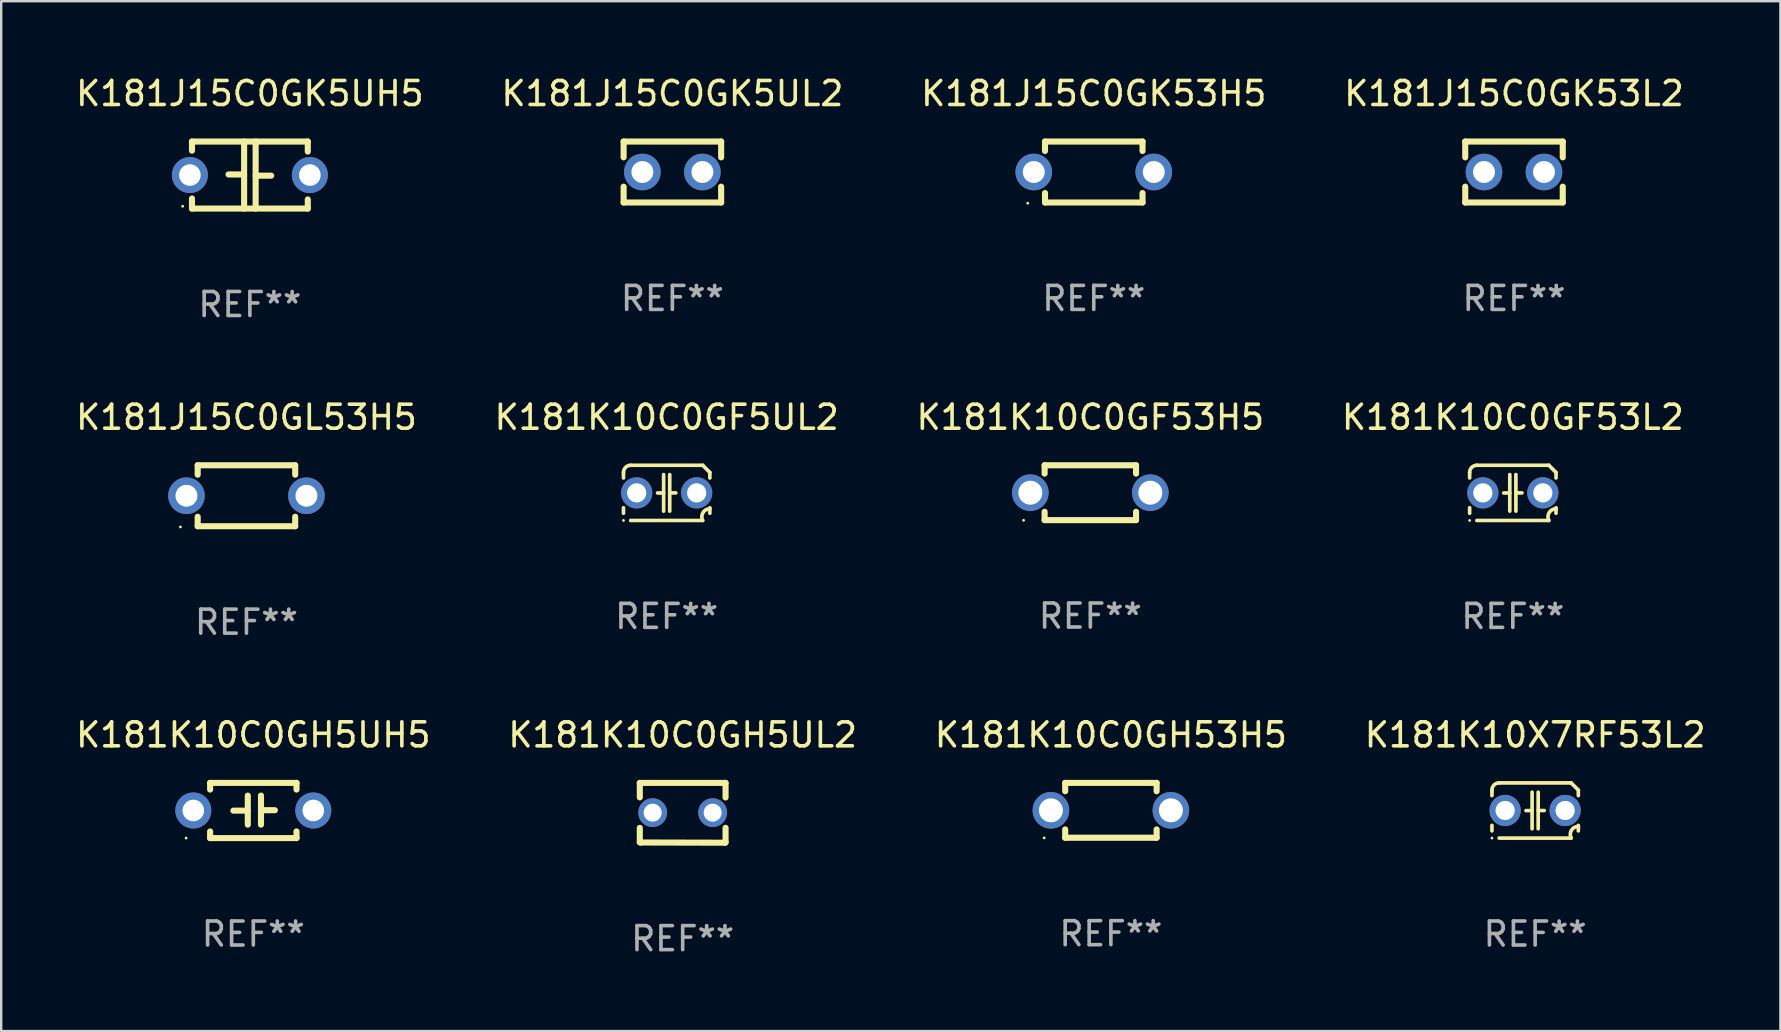
<source format=kicad_pcb>
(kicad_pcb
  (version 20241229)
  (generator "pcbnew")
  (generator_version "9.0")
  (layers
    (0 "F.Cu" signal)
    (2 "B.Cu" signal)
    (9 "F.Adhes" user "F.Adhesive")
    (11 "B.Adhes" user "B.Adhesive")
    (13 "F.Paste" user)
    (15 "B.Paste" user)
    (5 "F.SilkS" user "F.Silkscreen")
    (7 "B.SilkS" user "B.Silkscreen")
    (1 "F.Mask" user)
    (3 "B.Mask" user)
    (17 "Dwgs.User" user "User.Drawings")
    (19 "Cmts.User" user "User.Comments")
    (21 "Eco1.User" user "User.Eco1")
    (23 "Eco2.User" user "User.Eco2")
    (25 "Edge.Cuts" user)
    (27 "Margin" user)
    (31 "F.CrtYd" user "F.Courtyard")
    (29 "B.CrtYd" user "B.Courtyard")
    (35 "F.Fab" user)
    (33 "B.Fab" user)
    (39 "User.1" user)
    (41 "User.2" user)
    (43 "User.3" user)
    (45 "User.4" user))
  (footprint "K181K10C0GH5UL2"
    (layer "F.Cu")
    (at 25.399 30.822)
    (property "Reference" "K181K10C0GH5UL2" (at 0 -3.246 0) (layer "F.SilkS") (effects (font (size 1 1) (thickness 0.15))))
    (attr through_hole)
    (fp_line (start -1.787 -1.246) (end -1.787 -0.642) (stroke (width 0.254) (type solid)) (layer "F.SilkS"))
    (fp_line (start -1.787 0.627) (end -1.787 1.228) (stroke (width 0.254) (type solid)) (layer "F.SilkS"))
    (fp_line (start -1.787 1.228) (end -1.75 1.237) (stroke (width 0.254) (type solid)) (layer "F.SilkS"))
    (fp_line (start -1.75 1.237) (end 1.759 1.246) (stroke (width 0.254) (type solid)) (layer "F.SilkS"))
    (fp_line (start 1.759 1.246) (end 1.787 1.218) (stroke (width 0.254) (type solid)) (layer "F.SilkS"))
    (fp_line (start 1.787 -1.246) (end -1.787 -1.246) (stroke (width 0.254) (type solid)) (layer "F.SilkS"))
    (fp_line (start 1.787 -0.639) (end 1.787 -1.246) (stroke (width 0.254) (type solid)) (layer "F.SilkS"))
    (fp_line (start 1.787 1.237) (end 1.787 0.625) (stroke (width 0.254) (type solid)) (layer "F.SilkS"))
    (fp_circle (center -1.801 1.243) (end -1.771 1.243) (stroke (width 0.06) (type solid)) (fill no) (layer "F.SilkS"))
    (fp_text user "REF**" (at 0 5.246 0) (layer "F.Fab") (effects (font (size 1 1) (thickness 0.15))))
    (pad "1" thru_hole circle (at -1.251 -0.007) (size 1.2 1.2) (drill 0.75) (layers "*.Cu" "*.Mask"))
    (pad "2" thru_hole circle (at 1.249 -0.007) (size 1.2 1.2) (drill 0.75) (layers "*.Cu" "*.Mask")))
  (footprint "K181J15C0GL53H5"
    (layer "F.Cu")
    (at 7.22 17.609)
    (property "Reference" "K181J15C0GL53H5" (at 0 -3.27 0) (layer "F.SilkS") (effects (font (size 1 1) (thickness 0.15))))
    (attr through_hole)
    (fp_line (start -2.032 -1.27) (end -2.032 -0.876) (stroke (width 0.254) (type solid)) (layer "F.SilkS"))
    (fp_line (start -2.032 0.876) (end -2.032 1.27) (stroke (width 0.254) (type solid)) (layer "F.SilkS"))
    (fp_line (start -2.032 1.27) (end 2.032 1.27) (stroke (width 0.254) (type solid)) (layer "F.SilkS"))
    (fp_line (start 2.032 -1.27) (end -2.032 -1.27) (stroke (width 0.254) (type solid)) (layer "F.SilkS"))
    (fp_line (start 2.032 -0.876) (end 2.032 -1.27) (stroke (width 0.254) (type solid)) (layer "F.SilkS"))
    (fp_line (start 2.032 1.27) (end 2.032 0.876) (stroke (width 0.254) (type solid)) (layer "F.SilkS"))
    (fp_circle (center -2.751 1.3) (end -2.721 1.3) (stroke (width 0.06) (type solid)) (fill no) (layer "F.SilkS"))
    (fp_text user "REF**" (at 0 5.27 0) (layer "F.Fab") (effects (font (size 1 1) (thickness 0.15))))
    (pad "1" thru_hole circle (at -2.5 0) (size 1.524 1.524) (drill 0.914) (layers "*.Cu" "*.Mask"))
    (pad "2" thru_hole circle (at 2.5 0) (size 1.524 1.524) (drill 0.914) (layers "*.Cu" "*.Mask")))
  (footprint "K181J15C0GK5UH5"
    (layer "F.Cu")
    (at 7.363 4.245)
    (property "Reference" "K181J15C0GK5UH5" (at 0 -3.397 0) (layer "F.SilkS") (effects (font (size 1 1) (thickness 0.15))))
    (attr through_hole)
    (fp_line (start -2.413 -1.397) (end 2.413 -1.397) (stroke (width 0.254) (type solid)) (layer "F.SilkS"))
    (fp_line (start -2.413 -1.016) (end -2.413 -1.397) (stroke (width 0.254) (type solid)) (layer "F.SilkS"))
    (fp_line (start -2.413 0.977) (end -2.413 1.397) (stroke (width 0.254) (type solid)) (layer "F.SilkS"))
    (fp_line (start -0.24 -0.025) (end -0.889 -0.025) (stroke (width 0.254) (type solid)) (layer "F.SilkS"))
    (fp_line (start -0.24 1.397) (end -0.24 -1.397) (stroke (width 0.254) (type solid)) (layer "F.SilkS"))
    (fp_line (start 0.24 -1.397) (end 0.24 1.397) (stroke (width 0.254) (type solid)) (layer "F.SilkS"))
    (fp_line (start 0.24 0.025) (end 0.889 0.025) (stroke (width 0.254) (type solid)) (layer "F.SilkS"))
    (fp_line (start 2.413 -0.977) (end 2.413 -1.397) (stroke (width 0.254) (type solid)) (layer "F.SilkS"))
    (fp_line (start 2.413 1.016) (end 2.413 1.397) (stroke (width 0.254) (type solid)) (layer "F.SilkS"))
    (fp_line (start 2.413 1.397) (end -2.413 1.397) (stroke (width 0.254) (type solid)) (layer "F.SilkS"))
    (fp_circle (center -2.8 1.3) (end -2.77 1.3) (stroke (width 0.06) (type solid)) (fill no) (layer "F.SilkS"))
    (fp_text user "REF**" (at 0 5.397 0) (layer "F.Fab") (effects (font (size 1 1) (thickness 0.15))))
    (pad "1" thru_hole circle (at -2.5 0) (size 1.5 1.5) (drill 0.9) (layers "*.Cu" "*.Mask"))
    (pad "2" thru_hole circle (at 2.5 0) (size 1.5 1.5) (drill 0.9) (layers "*.Cu" "*.Mask")))
  (footprint "K181K10C0GF5UL2"
    (layer "F.Cu")
    (at 24.732 17.489)
    (property "Reference" "K181K10C0GF5UL2" (at 0 -3.15 0) (layer "F.SilkS") (effects (font (size 1 1) (thickness 0.15))))
    (attr through_hole)
    (fp_line (start -1.8 -0.621) (end -1.8 -0.85) (stroke (width 0.152) (type solid)) (layer "F.SilkS"))
    (fp_line (start -1.8 0.85) (end -1.8 0.621) (stroke (width 0.152) (type solid)) (layer "F.SilkS"))
    (fp_line (start -1.5 -1.15) (end 1.5 -1.15) (stroke (width 0.152) (type solid)) (layer "F.SilkS"))
    (fp_line (start -0.127 -0.762) (end -0.127 0.762) (stroke (width 0.152) (type solid)) (layer "F.SilkS"))
    (fp_line (start -0.127 0.005) (end -0.381 0.005) (stroke (width 0.152) (type solid)) (layer "F.SilkS"))
    (fp_line (start 0.127 -0.762) (end 0.127 0.762) (stroke (width 0.152) (type solid)) (layer "F.SilkS"))
    (fp_line (start 0.127 0.002) (end 0.381 0.002) (stroke (width 0.152) (type solid)) (layer "F.SilkS"))
    (fp_line (start 1.5 1.15) (end -1.5 1.15) (stroke (width 0.152) (type solid)) (layer "F.SilkS"))
    (fp_line (start 1.8 -0.85) (end 1.8 -0.621) (stroke (width 0.152) (type solid)) (layer "F.SilkS"))
    (fp_line (start 1.8 0.621) (end 1.8 0.85) (stroke (width 0.152) (type solid)) (layer "F.SilkS"))
    (fp_arc (start -1.799975 -0.849987) (mid -1.712107 -1.062119) (end -1.499975 -1.149987) (stroke (width 0.151994) (type solid)) (layer "F.SilkS"))
    (fp_arc (start 1.499975 1.149987) (mid 1.513726 0.822359) (end 1.799975 0.662387) (stroke (width 0.151994) (type solid)) (layer "F.SilkS"))
    (fp_arc (start 1.500001 -1.149986) (mid 1.650015 -1.000001) (end 1.8 -0.849987) (stroke (width 0.151994) (type solid)) (layer "F.SilkS"))
    (fp_circle (center -1.8 1.15) (end -1.77 1.15) (stroke (width 0.06) (type solid)) (fill no) (layer "F.SilkS"))
    (fp_text user "REF**" (at 0 5.15 0) (layer "F.Fab") (effects (font (size 1 1) (thickness 0.15))))
    (pad "1" thru_hole circle (at -1.25 0) (size 1.3 1.3) (drill 0.8) (layers "*.Cu" "*.Mask"))
    (pad "2" thru_hole circle (at 1.25 0) (size 1.3 1.3) (drill 0.8) (layers "*.Cu" "*.Mask")))
  (footprint "K181K10C0GH5UH5"
    (layer "F.Cu")
    (at 7.506 30.725)
    (property "Reference" "K181K10C0GH5UH5" (at 0 -3.15 0) (layer "F.SilkS") (effects (font (size 1 1) (thickness 0.15))))
    (attr through_hole)
    (fp_line (start -1.8 -1.15) (end -1.8 -0.872) (stroke (width 0.254) (type solid)) (layer "F.SilkS"))
    (fp_line (start -1.8 -1.15) (end 1.8 -1.15) (stroke (width 0.254) (type solid)) (layer "F.SilkS"))
    (fp_line (start -1.8 0.872) (end -1.8 1.15) (stroke (width 0.254) (type solid)) (layer "F.SilkS"))
    (fp_line (start -1.8 1.15) (end 1.8 1.15) (stroke (width 0.254) (type solid)) (layer "F.SilkS"))
    (fp_line (start -0.23 -0.62) (end -0.23 0.59) (stroke (width 0.254) (type solid)) (layer "F.SilkS"))
    (fp_line (start -0.23 0.007) (end -0.83 0.007) (stroke (width 0.254) (type solid)) (layer "F.SilkS"))
    (fp_line (start 0.32 -0.62) (end 0.32 0.59) (stroke (width 0.254) (type solid)) (layer "F.SilkS"))
    (fp_line (start 0.32 -0.012) (end 0.9 -0.012) (stroke (width 0.254) (type solid)) (layer "F.SilkS"))
    (fp_line (start 1.8 -1.15) (end 1.8 -0.872) (stroke (width 0.254) (type solid)) (layer "F.SilkS"))
    (fp_line (start 1.8 0.872) (end 1.8 1.15) (stroke (width 0.254) (type solid)) (layer "F.SilkS"))
    (fp_circle (center -2.8 1.15) (end -2.77 1.15) (stroke (width 0.06) (type solid)) (fill no) (layer "F.SilkS"))
    (fp_text user "REF**" (at 0 5.15 0) (layer "F.Fab") (effects (font (size 1 1) (thickness 0.15))))
    (pad "1" thru_hole circle (at -2.5 0) (size 1.5 1.5) (drill 0.9) (layers "*.Cu" "*.Mask"))
    (pad "2" thru_hole circle (at 2.5 0) (size 1.5 1.5) (drill 0.9) (layers "*.Cu" "*.Mask")))
  (footprint "K181J15C0GK53L2"
    (layer "F.Cu")
    (at 60.042 4.118)
    (property "Reference" "K181J15C0GK53L2" (at 0 -3.27 0) (layer "F.SilkS") (effects (font (size 1 1) (thickness 0.15))))
    (attr through_hole)
    (fp_line (start -2.032 -1.27) (end -2.032 -0.611) (stroke (width 0.254) (type solid)) (layer "F.SilkS"))
    (fp_line (start -2.032 0.611) (end -2.032 1.27) (stroke (width 0.254) (type solid)) (layer "F.SilkS"))
    (fp_line (start -2.032 1.27) (end 2.032 1.27) (stroke (width 0.254) (type solid)) (layer "F.SilkS"))
    (fp_line (start 2.032 -1.27) (end -2.032 -1.27) (stroke (width 0.254) (type solid)) (layer "F.SilkS"))
    (fp_line (start 2.032 -0.611) (end 2.032 -1.27) (stroke (width 0.254) (type solid)) (layer "F.SilkS"))
    (fp_line (start 2.032 1.27) (end 2.032 0.611) (stroke (width 0.254) (type solid)) (layer "F.SilkS"))
    (fp_circle (center -2 1.3) (end -1.97 1.3) (stroke (width 0.06) (type solid)) (fill no) (layer "F.SilkS"))
    (fp_text user "REF**" (at 0 5.27 0) (layer "F.Fab") (effects (font (size 1 1) (thickness 0.15))))
    (pad "1" thru_hole circle (at -1.25 0) (size 1.524 1.524) (drill 0.914) (layers "*.Cu" "*.Mask"))
    (pad "2" thru_hole circle (at 1.25 0) (size 1.524 1.524) (drill 0.914) (layers "*.Cu" "*.Mask")))
  (footprint "K181K10C0GH53H5"
    (layer "F.Cu")
    (at 43.244 30.718)
    (property "Reference" "K181K10C0GH53H5" (at 0 -3.143 0) (layer "F.SilkS") (effects (font (size 1 1) (thickness 0.15))))
    (attr through_hole)
    (fp_line (start -1.905 -1.143) (end 1.905 -1.143) (stroke (width 0.254) (type solid)) (layer "F.SilkS"))
    (fp_line (start -1.905 -0.795) (end -1.905 -1.143) (stroke (width 0.254) (type solid)) (layer "F.SilkS"))
    (fp_line (start -1.905 1.143) (end -1.905 0.795) (stroke (width 0.254) (type solid)) (layer "F.SilkS"))
    (fp_line (start 1.905 -1.143) (end 1.905 -0.795) (stroke (width 0.254) (type solid)) (layer "F.SilkS"))
    (fp_line (start 1.905 0.795) (end 1.905 1.143) (stroke (width 0.254) (type solid)) (layer "F.SilkS"))
    (fp_line (start 1.905 1.143) (end -1.905 1.143) (stroke (width 0.254) (type solid)) (layer "F.SilkS"))
    (fp_circle (center -2.781 1.15) (end -2.751 1.15) (stroke (width 0.06) (type solid)) (fill no) (layer "F.SilkS"))
    (fp_text user "REF**" (at 0 5.143 0) (layer "F.Fab") (effects (font (size 1 1) (thickness 0.15))))
    (pad "1" thru_hole circle (at -2.5 0) (size 1.524 1.524) (drill 1) (layers "*.Cu" "*.Mask"))
    (pad "2" thru_hole circle (at 2.5 0) (size 1.524 1.524) (drill 1) (layers "*.Cu" "*.Mask")))
  (footprint "K181K10C0GF53L2"
    (layer "F.Cu")
    (at 59.994 17.489)
    (property "Reference" "K181K10C0GF53L2" (at 0 -3.15 0) (layer "F.SilkS") (effects (font (size 1 1) (thickness 0.15))))
    (attr through_hole)
    (fp_line (start -1.8 -0.621) (end -1.8 -0.85) (stroke (width 0.152) (type solid)) (layer "F.SilkS"))
    (fp_line (start -1.8 0.85) (end -1.8 0.621) (stroke (width 0.152) (type solid)) (layer "F.SilkS"))
    (fp_line (start -1.5 -1.15) (end 1.5 -1.15) (stroke (width 0.152) (type solid)) (layer "F.SilkS"))
    (fp_line (start -0.127 -0.762) (end -0.127 0.762) (stroke (width 0.152) (type solid)) (layer "F.SilkS"))
    (fp_line (start -0.127 0.005) (end -0.381 0.005) (stroke (width 0.152) (type solid)) (layer "F.SilkS"))
    (fp_line (start 0.127 -0.762) (end 0.127 0.762) (stroke (width 0.152) (type solid)) (layer "F.SilkS"))
    (fp_line (start 0.127 0.002) (end 0.381 0.002) (stroke (width 0.152) (type solid)) (layer "F.SilkS"))
    (fp_line (start 1.5 1.15) (end -1.5 1.15) (stroke (width 0.152) (type solid)) (layer "F.SilkS"))
    (fp_line (start 1.8 -0.85) (end 1.8 -0.621) (stroke (width 0.152) (type solid)) (layer "F.SilkS"))
    (fp_line (start 1.8 0.621) (end 1.8 0.85) (stroke (width 0.152) (type solid)) (layer "F.SilkS"))
    (fp_arc (start -1.799975 -0.849987) (mid -1.712107 -1.062119) (end -1.499975 -1.149987) (stroke (width 0.151994) (type solid)) (layer "F.SilkS"))
    (fp_arc (start 1.499975 1.149987) (mid 1.513726 0.822359) (end 1.799975 0.662387) (stroke (width 0.151994) (type solid)) (layer "F.SilkS"))
    (fp_arc (start 1.500001 -1.149986) (mid 1.650015 -1.000001) (end 1.8 -0.849987) (stroke (width 0.151994) (type solid)) (layer "F.SilkS"))
    (fp_circle (center -1.8 1.15) (end -1.77 1.15) (stroke (width 0.06) (type solid)) (fill no) (layer "F.SilkS"))
    (fp_text user "REF**" (at 0 5.15 0) (layer "F.Fab") (effects (font (size 1 1) (thickness 0.15))))
    (pad "1" thru_hole circle (at -1.25 0) (size 1.3 1.3) (drill 0.8) (layers "*.Cu" "*.Mask"))
    (pad "2" thru_hole circle (at 1.25 0) (size 1.3 1.3) (drill 0.8) (layers "*.Cu" "*.Mask")))
  (footprint "K181J15C0GK53H5"
    (layer "F.Cu")
    (at 42.53 4.118)
    (property "Reference" "K181J15C0GK53H5" (at 0 -3.27 0) (layer "F.SilkS") (effects (font (size 1 1) (thickness 0.15))))
    (attr through_hole)
    (fp_line (start -2.032 -1.27) (end -2.032 -0.876) (stroke (width 0.254) (type solid)) (layer "F.SilkS"))
    (fp_line (start -2.032 0.876) (end -2.032 1.27) (stroke (width 0.254) (type solid)) (layer "F.SilkS"))
    (fp_line (start -2.032 1.27) (end 2.032 1.27) (stroke (width 0.254) (type solid)) (layer "F.SilkS"))
    (fp_line (start 2.032 -1.27) (end -2.032 -1.27) (stroke (width 0.254) (type solid)) (layer "F.SilkS"))
    (fp_line (start 2.032 -0.876) (end 2.032 -1.27) (stroke (width 0.254) (type solid)) (layer "F.SilkS"))
    (fp_line (start 2.032 1.27) (end 2.032 0.876) (stroke (width 0.254) (type solid)) (layer "F.SilkS"))
    (fp_circle (center -2.751 1.3) (end -2.721 1.3) (stroke (width 0.06) (type solid)) (fill no) (layer "F.SilkS"))
    (fp_text user "REF**" (at 0 5.27 0) (layer "F.Fab") (effects (font (size 1 1) (thickness 0.15))))
    (pad "1" thru_hole circle (at -2.5 0) (size 1.524 1.524) (drill 0.914) (layers "*.Cu" "*.Mask"))
    (pad "2" thru_hole circle (at 2.5 0) (size 1.524 1.524) (drill 0.914) (layers "*.Cu" "*.Mask")))
  (footprint "K181K10X7RF53L2"
    (layer "F.Cu")
    (at 60.923 30.725)
    (property "Reference" "K181K10X7RF53L2" (at 0 -3.15 0) (layer "F.SilkS") (effects (font (size 1 1) (thickness 0.15))))
    (attr through_hole)
    (fp_line (start -1.8 -0.621) (end -1.8 -0.85) (stroke (width 0.152) (type solid)) (layer "F.SilkS"))
    (fp_line (start -1.8 0.85) (end -1.8 0.621) (stroke (width 0.152) (type solid)) (layer "F.SilkS"))
    (fp_line (start -1.5 -1.15) (end 1.5 -1.15) (stroke (width 0.152) (type solid)) (layer "F.SilkS"))
    (fp_line (start -0.127 -0.762) (end -0.127 0.762) (stroke (width 0.152) (type solid)) (layer "F.SilkS"))
    (fp_line (start -0.127 0.005) (end -0.381 0.005) (stroke (width 0.152) (type solid)) (layer "F.SilkS"))
    (fp_line (start 0.127 -0.762) (end 0.127 0.762) (stroke (width 0.152) (type solid)) (layer "F.SilkS"))
    (fp_line (start 0.127 0.002) (end 0.381 0.002) (stroke (width 0.152) (type solid)) (layer "F.SilkS"))
    (fp_line (start 1.5 1.15) (end -1.5 1.15) (stroke (width 0.152) (type solid)) (layer "F.SilkS"))
    (fp_line (start 1.8 -0.85) (end 1.8 -0.621) (stroke (width 0.152) (type solid)) (layer "F.SilkS"))
    (fp_line (start 1.8 0.621) (end 1.8 0.85) (stroke (width 0.152) (type solid)) (layer "F.SilkS"))
    (fp_arc (start -1.799975 -0.849987) (mid -1.712107 -1.062119) (end -1.499975 -1.149987) (stroke (width 0.151994) (type solid)) (layer "F.SilkS"))
    (fp_arc (start 1.499975 1.149987) (mid 1.513726 0.822359) (end 1.799975 0.662387) (stroke (width 0.151994) (type solid)) (layer "F.SilkS"))
    (fp_arc (start 1.500001 -1.149986) (mid 1.650015 -1.000001) (end 1.8 -0.849987) (stroke (width 0.151994) (type solid)) (layer "F.SilkS"))
    (fp_circle (center -1.8 1.15) (end -1.77 1.15) (stroke (width 0.06) (type solid)) (fill no) (layer "F.SilkS"))
    (fp_text user "REF**" (at 0 5.15 0) (layer "F.Fab") (effects (font (size 1 1) (thickness 0.15))))
    (pad "1" thru_hole circle (at -1.25 0) (size 1.3 1.3) (drill 0.8) (layers "*.Cu" "*.Mask"))
    (pad "2" thru_hole circle (at 1.25 0) (size 1.3 1.3) (drill 0.8) (layers "*.Cu" "*.Mask")))
  (footprint "K181K10C0GF53H5"
    (layer "F.Cu")
    (at 42.387 17.482)
    (property "Reference" "K181K10C0GF53H5" (at 0 -3.143 0) (layer "F.SilkS") (effects (font (size 1 1) (thickness 0.15))))
    (attr through_hole)
    (fp_line (start -1.905 -1.143) (end 1.905 -1.143) (stroke (width 0.254) (type solid)) (layer "F.SilkS"))
    (fp_line (start -1.905 -0.795) (end -1.905 -1.143) (stroke (width 0.254) (type solid)) (layer "F.SilkS"))
    (fp_line (start -1.905 1.143) (end -1.905 0.795) (stroke (width 0.254) (type solid)) (layer "F.SilkS"))
    (fp_line (start 1.905 -1.143) (end 1.905 -0.795) (stroke (width 0.254) (type solid)) (layer "F.SilkS"))
    (fp_line (start 1.905 0.795) (end 1.905 1.143) (stroke (width 0.254) (type solid)) (layer "F.SilkS"))
    (fp_line (start 1.905 1.143) (end -1.905 1.143) (stroke (width 0.254) (type solid)) (layer "F.SilkS"))
    (fp_circle (center -2.781 1.15) (end -2.751 1.15) (stroke (width 0.06) (type solid)) (fill no) (layer "F.SilkS"))
    (fp_text user "REF**" (at 0 5.143 0) (layer "F.Fab") (effects (font (size 1 1) (thickness 0.15))))
    (pad "1" thru_hole circle (at -2.5 0) (size 1.524 1.524) (drill 1) (layers "*.Cu" "*.Mask"))
    (pad "2" thru_hole circle (at 2.5 0) (size 1.524 1.524) (drill 1) (layers "*.Cu" "*.Mask")))
  (footprint "K181J15C0GK5UL2"
    (layer "F.Cu")
    (at 24.97 4.118)
    (property "Reference" "K181J15C0GK5UL2" (at 0 -3.27 0) (layer "F.SilkS") (effects (font (size 1 1) (thickness 0.15))))
    (attr through_hole)
    (fp_line (start -2.032 -1.27) (end -2.032 -0.611) (stroke (width 0.254) (type solid)) (layer "F.SilkS"))
    (fp_line (start -2.032 0.611) (end -2.032 1.27) (stroke (width 0.254) (type solid)) (layer "F.SilkS"))
    (fp_line (start -2.032 1.27) (end 2.032 1.27) (stroke (width 0.254) (type solid)) (layer "F.SilkS"))
    (fp_line (start 2.032 -1.27) (end -2.032 -1.27) (stroke (width 0.254) (type solid)) (layer "F.SilkS"))
    (fp_line (start 2.032 -0.611) (end 2.032 -1.27) (stroke (width 0.254) (type solid)) (layer "F.SilkS"))
    (fp_line (start 2.032 1.27) (end 2.032 0.611) (stroke (width 0.254) (type solid)) (layer "F.SilkS"))
    (fp_circle (center -2 1.3) (end -1.97 1.3) (stroke (width 0.06) (type solid)) (fill no) (layer "F.SilkS"))
    (fp_text user "REF**" (at 0 5.27 0) (layer "F.Fab") (effects (font (size 1 1) (thickness 0.15))))
    (pad "1" thru_hole circle (at -1.25 0) (size 1.524 1.524) (drill 0.914) (layers "*.Cu" "*.Mask"))
    (pad "2" thru_hole circle (at 1.25 0) (size 1.524 1.524) (drill 0.914) (layers "*.Cu" "*.Mask")))
  (gr_rect
    (start -3 -3)
    (end 71.143 39.916)
    (stroke (width 0.1) (type default))
    (fill no)
    (layer "Edge.Cuts")))
</source>
